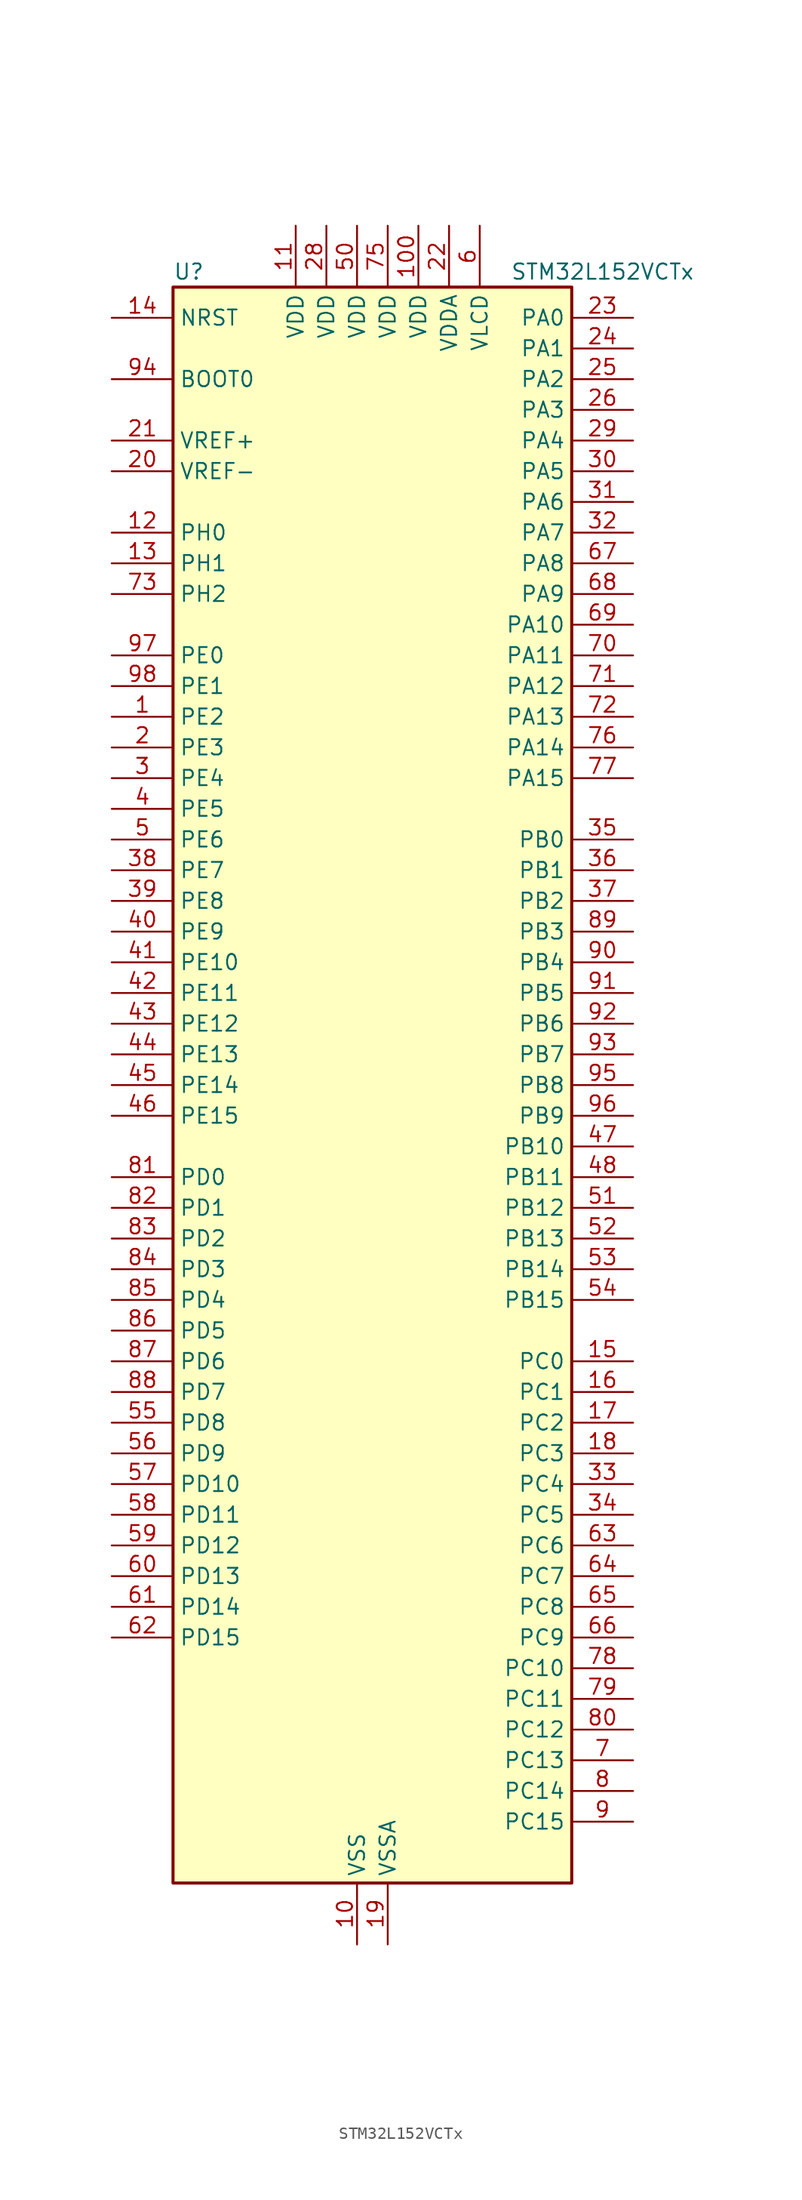
<source format=kicad_sym>
(kicad_symbol_lib
  (version 20220914)
  (generator kicad_symbol_editor)
  (symbol "STM32L152VCTx"
    (property "Reference" "U"
      (at -15.24 67.31 0)
      (effects (font (size 1.27 1.27)) (justify left)))
    (property "Value" "STM32L152VCTx"
      (at 12.7 67.31 0)
      (effects (font (size 1.27 1.27)) (justify left)))
    (property "ki_locked" ""
      (at 0 0 0)
      (effects (font (size 1.27 1.27))))
    (symbol "STM32L152VCTx_0_1"
      (rectangle (start -15.24 -66.04) (end 17.78 66.04) (stroke (width 0.254) (type default)) (fill (type background))))
    (symbol "STM32L152VCTx_1_1"
      (pin bidirectional line (at -20.32 30.48 0) (length 5.08) (name "PE2" (effects (font (size 1.27 1.27)))) (number "1" (effects (font (size 1.27 1.27)))) (alternate "LCD_SEG38" bidirectional line) (alternate "SYS_TRACECK" bidirectional line) (alternate "TIM3_ETR" bidirectional line) (alternate "TIMX_IC3" bidirectional line))
      (pin power_in line (at 0 -71.12 90) (length 5.08) (name "VSS" (effects (font (size 1.27 1.27)))) (number "10" (effects (font (size 1.27 1.27)))))
      (pin power_in line (at 5.08 71.12 270) (length 5.08) (name "VDD" (effects (font (size 1.27 1.27)))) (number "100" (effects (font (size 1.27 1.27)))))
      (pin power_in line (at -5.08 71.12 270) (length 5.08) (name "VDD" (effects (font (size 1.27 1.27)))) (number "11" (effects (font (size 1.27 1.27)))))
      (pin bidirectional line (at -20.32 45.72 0) (length 5.08) (name "PH0" (effects (font (size 1.27 1.27)))) (number "12" (effects (font (size 1.27 1.27)))) (alternate "RCC_OSC_IN" bidirectional line))
      (pin bidirectional line (at -20.32 43.18 0) (length 5.08) (name "PH1" (effects (font (size 1.27 1.27)))) (number "13" (effects (font (size 1.27 1.27)))) (alternate "RCC_OSC_OUT" bidirectional line))
      (pin input line (at -20.32 63.5 0) (length 5.08) (name "NRST" (effects (font (size 1.27 1.27)))) (number "14" (effects (font (size 1.27 1.27)))))
      (pin bidirectional line (at 22.86 -22.86 180) (length 5.08) (name "PC0" (effects (font (size 1.27 1.27)))) (number "15" (effects (font (size 1.27 1.27)))) (alternate "ADC_IN10" bidirectional line) (alternate "COMP1_INP" bidirectional line) (alternate "LCD_SEG18" bidirectional line) (alternate "TIMX_IC1" bidirectional line) (alternate "TS_G8_IO1" bidirectional line))
      (pin bidirectional line (at 22.86 -25.4 180) (length 5.08) (name "PC1" (effects (font (size 1.27 1.27)))) (number "16" (effects (font (size 1.27 1.27)))) (alternate "ADC_IN11" bidirectional line) (alternate "COMP1_INP" bidirectional line) (alternate "LCD_SEG19" bidirectional line) (alternate "TIMX_IC2" bidirectional line) (alternate "TS_G8_IO2" bidirectional line))
      (pin bidirectional line (at 22.86 -27.94 180) (length 5.08) (name "PC2" (effects (font (size 1.27 1.27)))) (number "17" (effects (font (size 1.27 1.27)))) (alternate "ADC_IN12" bidirectional line) (alternate "COMP1_INP" bidirectional line) (alternate "LCD_SEG20" bidirectional line) (alternate "TIMX_IC3" bidirectional line) (alternate "TS_G8_IO3" bidirectional line))
      (pin bidirectional line (at 22.86 -30.48 180) (length 5.08) (name "PC3" (effects (font (size 1.27 1.27)))) (number "18" (effects (font (size 1.27 1.27)))) (alternate "ADC_IN13" bidirectional line) (alternate "COMP1_INP" bidirectional line) (alternate "LCD_SEG21" bidirectional line) (alternate "TIMX_IC4" bidirectional line) (alternate "TS_G8_IO4" bidirectional line))
      (pin power_in line (at 2.54 -71.12 90) (length 5.08) (name "VSSA" (effects (font (size 1.27 1.27)))) (number "19" (effects (font (size 1.27 1.27)))))
      (pin bidirectional line (at -20.32 27.94 0) (length 5.08) (name "PE3" (effects (font (size 1.27 1.27)))) (number "2" (effects (font (size 1.27 1.27)))) (alternate "LCD_SEG39" bidirectional line) (alternate "SYS_TRACED0" bidirectional line) (alternate "TIM3_CH1" bidirectional line) (alternate "TIMX_IC4" bidirectional line))
      (pin input line (at -20.32 50.8 0) (length 5.08) (name "VREF-" (effects (font (size 1.27 1.27)))) (number "20" (effects (font (size 1.27 1.27)))))
      (pin input line (at -20.32 53.34 0) (length 5.08) (name "VREF+" (effects (font (size 1.27 1.27)))) (number "21" (effects (font (size 1.27 1.27)))))
      (pin power_in line (at 7.62 71.12 270) (length 5.08) (name "VDDA" (effects (font (size 1.27 1.27)))) (number "22" (effects (font (size 1.27 1.27)))))
      (pin bidirectional line (at 22.86 63.5 180) (length 5.08) (name "PA0" (effects (font (size 1.27 1.27)))) (number "23" (effects (font (size 1.27 1.27)))) (alternate "ADC_IN0" bidirectional line) (alternate "COMP1_INP" bidirectional line) (alternate "RTC_TAMP2" bidirectional line) (alternate "SYS_WKUP1" bidirectional line) (alternate "TIM2_CH1" bidirectional line) (alternate "TIM2_ETR" bidirectional line) (alternate "TIM5_CH1" bidirectional line) (alternate "TIMX_IC1" bidirectional line) (alternate "TS_G1_IO1" bidirectional line) (alternate "USART2_CTS" bidirectional line))
      (pin bidirectional line (at 22.86 60.96 180) (length 5.08) (name "PA1" (effects (font (size 1.27 1.27)))) (number "24" (effects (font (size 1.27 1.27)))) (alternate "ADC_IN1" bidirectional line) (alternate "COMP1_INP" bidirectional line) (alternate "LCD_SEG0" bidirectional line) (alternate "OPAMP1_VINP" bidirectional line) (alternate "TIM2_CH2" bidirectional line) (alternate "TIM5_CH2" bidirectional line) (alternate "TIMX_IC2" bidirectional line) (alternate "TS_G1_IO2" bidirectional line) (alternate "USART2_RTS" bidirectional line))
      (pin bidirectional line (at 22.86 58.42 180) (length 5.08) (name "PA2" (effects (font (size 1.27 1.27)))) (number "25" (effects (font (size 1.27 1.27)))) (alternate "ADC_IN2" bidirectional line) (alternate "COMP1_INP" bidirectional line) (alternate "LCD_SEG1" bidirectional line) (alternate "OPAMP1_VINM" bidirectional line) (alternate "TIM2_CH3" bidirectional line) (alternate "TIM5_CH3" bidirectional line) (alternate "TIM9_CH1" bidirectional line) (alternate "TIMX_IC3" bidirectional line) (alternate "TS_G1_IO3" bidirectional line) (alternate "USART2_TX" bidirectional line))
      (pin bidirectional line (at 22.86 55.88 180) (length 5.08) (name "PA3" (effects (font (size 1.27 1.27)))) (number "26" (effects (font (size 1.27 1.27)))) (alternate "ADC_IN3" bidirectional line) (alternate "COMP1_INP" bidirectional line) (alternate "LCD_SEG2" bidirectional line) (alternate "OPAMP1_VOUT" bidirectional line) (alternate "TIM2_CH4" bidirectional line) (alternate "TIM5_CH4" bidirectional line) (alternate "TIM9_CH2" bidirectional line) (alternate "TIMX_IC4" bidirectional line) (alternate "TS_G1_IO4" bidirectional line) (alternate "USART2_RX" bidirectional line))
      (pin passive line (at 0 -71.12 90) (length 5.08) hide (name "VSS" (effects (font (size 1.27 1.27)))) (number "27" (effects (font (size 1.27 1.27)))))
      (pin power_in line (at -2.54 71.12 270) (length 5.08) (name "VDD" (effects (font (size 1.27 1.27)))) (number "28" (effects (font (size 1.27 1.27)))))
      (pin bidirectional line (at 22.86 53.34 180) (length 5.08) (name "PA4" (effects (font (size 1.27 1.27)))) (number "29" (effects (font (size 1.27 1.27)))) (alternate "ADC_IN4" bidirectional line) (alternate "COMP1_INP" bidirectional line) (alternate "DAC_OUT1" bidirectional line) (alternate "I2S3_WS" bidirectional line) (alternate "SPI1_NSS" bidirectional line) (alternate "SPI3_NSS" bidirectional line) (alternate "TIMX_IC1" bidirectional line) (alternate "USART2_CK" bidirectional line))
      (pin bidirectional line (at -20.32 25.4 0) (length 5.08) (name "PE4" (effects (font (size 1.27 1.27)))) (number "3" (effects (font (size 1.27 1.27)))) (alternate "SYS_TRACED1" bidirectional line) (alternate "TIM3_CH2" bidirectional line) (alternate "TIMX_IC1" bidirectional line))
      (pin bidirectional line (at 22.86 50.8 180) (length 5.08) (name "PA5" (effects (font (size 1.27 1.27)))) (number "30" (effects (font (size 1.27 1.27)))) (alternate "ADC_IN5" bidirectional line) (alternate "COMP1_INP" bidirectional line) (alternate "DAC_OUT2" bidirectional line) (alternate "SPI1_SCK" bidirectional line) (alternate "TIM2_CH1" bidirectional line) (alternate "TIM2_ETR" bidirectional line) (alternate "TIMX_IC2" bidirectional line))
      (pin bidirectional line (at 22.86 48.26 180) (length 5.08) (name "PA6" (effects (font (size 1.27 1.27)))) (number "31" (effects (font (size 1.27 1.27)))) (alternate "ADC_IN6" bidirectional line) (alternate "COMP1_INP" bidirectional line) (alternate "LCD_SEG3" bidirectional line) (alternate "OPAMP2_VINP" bidirectional line) (alternate "SPI1_MISO" bidirectional line) (alternate "TIM10_CH1" bidirectional line) (alternate "TIM3_CH1" bidirectional line) (alternate "TIMX_IC3" bidirectional line) (alternate "TS_G2_IO1" bidirectional line))
      (pin bidirectional line (at 22.86 45.72 180) (length 5.08) (name "PA7" (effects (font (size 1.27 1.27)))) (number "32" (effects (font (size 1.27 1.27)))) (alternate "ADC_IN7" bidirectional line) (alternate "COMP1_INP" bidirectional line) (alternate "LCD_SEG4" bidirectional line) (alternate "OPAMP2_VINM" bidirectional line) (alternate "SPI1_MOSI" bidirectional line) (alternate "TIM11_CH1" bidirectional line) (alternate "TIM3_CH2" bidirectional line) (alternate "TIMX_IC4" bidirectional line) (alternate "TS_G2_IO2" bidirectional line))
      (pin bidirectional line (at 22.86 -33.02 180) (length 5.08) (name "PC4" (effects (font (size 1.27 1.27)))) (number "33" (effects (font (size 1.27 1.27)))) (alternate "ADC_IN14" bidirectional line) (alternate "COMP1_INP" bidirectional line) (alternate "LCD_SEG22" bidirectional line) (alternate "TIMX_IC1" bidirectional line) (alternate "TS_G9_IO1" bidirectional line))
      (pin bidirectional line (at 22.86 -35.56 180) (length 5.08) (name "PC5" (effects (font (size 1.27 1.27)))) (number "34" (effects (font (size 1.27 1.27)))) (alternate "ADC_IN15" bidirectional line) (alternate "COMP1_INP" bidirectional line) (alternate "LCD_SEG23" bidirectional line) (alternate "TIMX_IC2" bidirectional line) (alternate "TS_G9_IO2" bidirectional line))
      (pin bidirectional line (at 22.86 20.32 180) (length 5.08) (name "PB0" (effects (font (size 1.27 1.27)))) (number "35" (effects (font (size 1.27 1.27)))) (alternate "ADC_IN8" bidirectional line) (alternate "COMP1_INP" bidirectional line) (alternate "LCD_SEG5" bidirectional line) (alternate "OPAMP2_VOUT" bidirectional line) (alternate "SYS_V_REF_OUT" bidirectional line) (alternate "TIM3_CH3" bidirectional line) (alternate "TS_G3_IO1" bidirectional line))
      (pin bidirectional line (at 22.86 17.78 180) (length 5.08) (name "PB1" (effects (font (size 1.27 1.27)))) (number "36" (effects (font (size 1.27 1.27)))) (alternate "ADC_IN9" bidirectional line) (alternate "COMP1_INP" bidirectional line) (alternate "LCD_SEG6" bidirectional line) (alternate "SYS_V_REF_OUT" bidirectional line) (alternate "TIM3_CH4" bidirectional line) (alternate "TS_G3_IO2" bidirectional line))
      (pin bidirectional line (at 22.86 15.24 180) (length 5.08) (name "PB2" (effects (font (size 1.27 1.27)))) (number "37" (effects (font (size 1.27 1.27)))) (alternate "TS_G3_IO3" bidirectional line))
      (pin bidirectional line (at -20.32 17.78 0) (length 5.08) (name "PE7" (effects (font (size 1.27 1.27)))) (number "38" (effects (font (size 1.27 1.27)))) (alternate "ADC_IN22" bidirectional line) (alternate "COMP1_INP" bidirectional line) (alternate "TIMX_IC4" bidirectional line))
      (pin bidirectional line (at -20.32 15.24 0) (length 5.08) (name "PE8" (effects (font (size 1.27 1.27)))) (number "39" (effects (font (size 1.27 1.27)))) (alternate "ADC_IN23" bidirectional line) (alternate "COMP1_INP" bidirectional line) (alternate "TIMX_IC1" bidirectional line))
      (pin bidirectional line (at -20.32 22.86 0) (length 5.08) (name "PE5" (effects (font (size 1.27 1.27)))) (number "4" (effects (font (size 1.27 1.27)))) (alternate "SYS_TRACED2" bidirectional line) (alternate "TIM9_CH1" bidirectional line) (alternate "TIMX_IC2" bidirectional line))
      (pin bidirectional line (at -20.32 12.7 0) (length 5.08) (name "PE9" (effects (font (size 1.27 1.27)))) (number "40" (effects (font (size 1.27 1.27)))) (alternate "ADC_IN24" bidirectional line) (alternate "COMP1_INP" bidirectional line) (alternate "DAC_EXTI9" bidirectional line) (alternate "TIM2_CH1" bidirectional line) (alternate "TIM2_ETR" bidirectional line) (alternate "TIM5_ETR" bidirectional line) (alternate "TIMX_IC2" bidirectional line))
      (pin bidirectional line (at -20.32 10.16 0) (length 5.08) (name "PE10" (effects (font (size 1.27 1.27)))) (number "41" (effects (font (size 1.27 1.27)))) (alternate "ADC_IN25" bidirectional line) (alternate "COMP1_INP" bidirectional line) (alternate "TIM2_CH2" bidirectional line) (alternate "TIMX_IC3" bidirectional line))
      (pin bidirectional line (at -20.32 7.62 0) (length 5.08) (name "PE11" (effects (font (size 1.27 1.27)))) (number "42" (effects (font (size 1.27 1.27)))) (alternate "ADC_EXTI11" bidirectional line) (alternate "TIM2_CH3" bidirectional line) (alternate "TIMX_IC4" bidirectional line))
      (pin bidirectional line (at -20.32 5.08 0) (length 5.08) (name "PE12" (effects (font (size 1.27 1.27)))) (number "43" (effects (font (size 1.27 1.27)))) (alternate "SPI1_NSS" bidirectional line) (alternate "TIM2_CH4" bidirectional line) (alternate "TIMX_IC1" bidirectional line))
      (pin bidirectional line (at -20.32 2.54 0) (length 5.08) (name "PE13" (effects (font (size 1.27 1.27)))) (number "44" (effects (font (size 1.27 1.27)))) (alternate "SPI1_SCK" bidirectional line) (alternate "TIMX_IC2" bidirectional line))
      (pin bidirectional line (at -20.32 0 0) (length 5.08) (name "PE14" (effects (font (size 1.27 1.27)))) (number "45" (effects (font (size 1.27 1.27)))) (alternate "SPI1_MISO" bidirectional line) (alternate "TIMX_IC3" bidirectional line))
      (pin bidirectional line (at -20.32 -2.54 0) (length 5.08) (name "PE15" (effects (font (size 1.27 1.27)))) (number "46" (effects (font (size 1.27 1.27)))) (alternate "ADC_EXTI15" bidirectional line) (alternate "SPI1_MOSI" bidirectional line) (alternate "TIMX_IC4" bidirectional line))
      (pin bidirectional line (at 22.86 -5.08 180) (length 5.08) (name "PB10" (effects (font (size 1.27 1.27)))) (number "47" (effects (font (size 1.27 1.27)))) (alternate "I2C2_SCL" bidirectional line) (alternate "LCD_SEG10" bidirectional line) (alternate "TIM2_CH3" bidirectional line) (alternate "USART3_TX" bidirectional line))
      (pin bidirectional line (at 22.86 -7.62 180) (length 5.08) (name "PB11" (effects (font (size 1.27 1.27)))) (number "48" (effects (font (size 1.27 1.27)))) (alternate "ADC_EXTI11" bidirectional line) (alternate "I2C2_SDA" bidirectional line) (alternate "LCD_SEG11" bidirectional line) (alternate "TIM2_CH4" bidirectional line) (alternate "USART3_RX" bidirectional line))
      (pin passive line (at 0 -71.12 90) (length 5.08) hide (name "VSS" (effects (font (size 1.27 1.27)))) (number "49" (effects (font (size 1.27 1.27)))))
      (pin bidirectional line (at -20.32 20.32 0) (length 5.08) (name "PE6" (effects (font (size 1.27 1.27)))) (number "5" (effects (font (size 1.27 1.27)))) (alternate "RTC_TAMP3" bidirectional line) (alternate "SYS_TRACED3" bidirectional line) (alternate "SYS_WKUP3" bidirectional line) (alternate "TIM9_CH2" bidirectional line) (alternate "TIMX_IC3" bidirectional line))
      (pin power_in line (at 0 71.12 270) (length 5.08) (name "VDD" (effects (font (size 1.27 1.27)))) (number "50" (effects (font (size 1.27 1.27)))))
      (pin bidirectional line (at 22.86 -10.16 180) (length 5.08) (name "PB12" (effects (font (size 1.27 1.27)))) (number "51" (effects (font (size 1.27 1.27)))) (alternate "ADC_IN18" bidirectional line) (alternate "COMP1_INP" bidirectional line) (alternate "I2C2_SMBA" bidirectional line) (alternate "I2S2_WS" bidirectional line) (alternate "LCD_SEG12" bidirectional line) (alternate "SPI2_NSS" bidirectional line) (alternate "TIM10_CH1" bidirectional line) (alternate "TS_G7_IO1" bidirectional line) (alternate "USART3_CK" bidirectional line))
      (pin bidirectional line (at 22.86 -12.7 180) (length 5.08) (name "PB13" (effects (font (size 1.27 1.27)))) (number "52" (effects (font (size 1.27 1.27)))) (alternate "ADC_IN19" bidirectional line) (alternate "COMP1_INP" bidirectional line) (alternate "I2S2_CK" bidirectional line) (alternate "LCD_SEG13" bidirectional line) (alternate "SPI2_SCK" bidirectional line) (alternate "TIM9_CH1" bidirectional line) (alternate "TS_G7_IO2" bidirectional line) (alternate "USART3_CTS" bidirectional line))
      (pin bidirectional line (at 22.86 -15.24 180) (length 5.08) (name "PB14" (effects (font (size 1.27 1.27)))) (number "53" (effects (font (size 1.27 1.27)))) (alternate "ADC_IN20" bidirectional line) (alternate "COMP1_INP" bidirectional line) (alternate "LCD_SEG14" bidirectional line) (alternate "SPI2_MISO" bidirectional line) (alternate "TIM9_CH2" bidirectional line) (alternate "TS_G7_IO3" bidirectional line) (alternate "USART3_RTS" bidirectional line))
      (pin bidirectional line (at 22.86 -17.78 180) (length 5.08) (name "PB15" (effects (font (size 1.27 1.27)))) (number "54" (effects (font (size 1.27 1.27)))) (alternate "ADC_EXTI15" bidirectional line) (alternate "ADC_IN21" bidirectional line) (alternate "COMP1_INP" bidirectional line) (alternate "I2S2_SD" bidirectional line) (alternate "LCD_SEG15" bidirectional line) (alternate "RTC_REFIN" bidirectional line) (alternate "SPI2_MOSI" bidirectional line) (alternate "TIM11_CH1" bidirectional line) (alternate "TS_G7_IO4" bidirectional line))
      (pin bidirectional line (at -20.32 -27.94 0) (length 5.08) (name "PD8" (effects (font (size 1.27 1.27)))) (number "55" (effects (font (size 1.27 1.27)))) (alternate "LCD_SEG28" bidirectional line) (alternate "TIMX_IC1" bidirectional line) (alternate "USART3_TX" bidirectional line))
      (pin bidirectional line (at -20.32 -30.48 0) (length 5.08) (name "PD9" (effects (font (size 1.27 1.27)))) (number "56" (effects (font (size 1.27 1.27)))) (alternate "DAC_EXTI9" bidirectional line) (alternate "LCD_SEG29" bidirectional line) (alternate "TIMX_IC2" bidirectional line) (alternate "USART3_RX" bidirectional line))
      (pin bidirectional line (at -20.32 -33.02 0) (length 5.08) (name "PD10" (effects (font (size 1.27 1.27)))) (number "57" (effects (font (size 1.27 1.27)))) (alternate "LCD_SEG30" bidirectional line) (alternate "TIMX_IC3" bidirectional line) (alternate "USART3_CK" bidirectional line))
      (pin bidirectional line (at -20.32 -35.56 0) (length 5.08) (name "PD11" (effects (font (size 1.27 1.27)))) (number "58" (effects (font (size 1.27 1.27)))) (alternate "ADC_EXTI11" bidirectional line) (alternate "LCD_SEG31" bidirectional line) (alternate "TIMX_IC4" bidirectional line) (alternate "USART3_CTS" bidirectional line))
      (pin bidirectional line (at -20.32 -38.1 0) (length 5.08) (name "PD12" (effects (font (size 1.27 1.27)))) (number "59" (effects (font (size 1.27 1.27)))) (alternate "LCD_SEG32" bidirectional line) (alternate "TIM4_CH1" bidirectional line) (alternate "TIMX_IC1" bidirectional line) (alternate "USART3_RTS" bidirectional line))
      (pin power_in line (at 10.16 71.12 270) (length 5.08) (name "VLCD" (effects (font (size 1.27 1.27)))) (number "6" (effects (font (size 1.27 1.27)))))
      (pin bidirectional line (at -20.32 -40.64 0) (length 5.08) (name "PD13" (effects (font (size 1.27 1.27)))) (number "60" (effects (font (size 1.27 1.27)))) (alternate "LCD_SEG33" bidirectional line) (alternate "TIM4_CH2" bidirectional line) (alternate "TIMX_IC2" bidirectional line))
      (pin bidirectional line (at -20.32 -43.18 0) (length 5.08) (name "PD14" (effects (font (size 1.27 1.27)))) (number "61" (effects (font (size 1.27 1.27)))) (alternate "LCD_SEG34" bidirectional line) (alternate "TIM4_CH3" bidirectional line) (alternate "TIMX_IC3" bidirectional line))
      (pin bidirectional line (at -20.32 -45.72 0) (length 5.08) (name "PD15" (effects (font (size 1.27 1.27)))) (number "62" (effects (font (size 1.27 1.27)))) (alternate "ADC_EXTI15" bidirectional line) (alternate "LCD_SEG35" bidirectional line) (alternate "TIM4_CH4" bidirectional line) (alternate "TIMX_IC4" bidirectional line))
      (pin bidirectional line (at 22.86 -38.1 180) (length 5.08) (name "PC6" (effects (font (size 1.27 1.27)))) (number "63" (effects (font (size 1.27 1.27)))) (alternate "I2S2_MCK" bidirectional line) (alternate "LCD_SEG24" bidirectional line) (alternate "TIM3_CH1" bidirectional line) (alternate "TIMX_IC3" bidirectional line) (alternate "TS_G10_IO1" bidirectional line))
      (pin bidirectional line (at 22.86 -40.64 180) (length 5.08) (name "PC7" (effects (font (size 1.27 1.27)))) (number "64" (effects (font (size 1.27 1.27)))) (alternate "I2S3_MCK" bidirectional line) (alternate "LCD_SEG25" bidirectional line) (alternate "TIM3_CH2" bidirectional line) (alternate "TIMX_IC4" bidirectional line) (alternate "TS_G10_IO2" bidirectional line))
      (pin bidirectional line (at 22.86 -43.18 180) (length 5.08) (name "PC8" (effects (font (size 1.27 1.27)))) (number "65" (effects (font (size 1.27 1.27)))) (alternate "LCD_SEG26" bidirectional line) (alternate "TIM3_CH3" bidirectional line) (alternate "TIMX_IC1" bidirectional line) (alternate "TS_G10_IO3" bidirectional line))
      (pin bidirectional line (at 22.86 -45.72 180) (length 5.08) (name "PC9" (effects (font (size 1.27 1.27)))) (number "66" (effects (font (size 1.27 1.27)))) (alternate "DAC_EXTI9" bidirectional line) (alternate "LCD_SEG27" bidirectional line) (alternate "TIM3_CH4" bidirectional line) (alternate "TIMX_IC2" bidirectional line) (alternate "TS_G10_IO4" bidirectional line))
      (pin bidirectional line (at 22.86 43.18 180) (length 5.08) (name "PA8" (effects (font (size 1.27 1.27)))) (number "67" (effects (font (size 1.27 1.27)))) (alternate "LCD_COM0" bidirectional line) (alternate "RCC_MCO" bidirectional line) (alternate "TIMX_IC1" bidirectional line) (alternate "TS_G4_IO1" bidirectional line) (alternate "USART1_CK" bidirectional line))
      (pin bidirectional line (at 22.86 40.64 180) (length 5.08) (name "PA9" (effects (font (size 1.27 1.27)))) (number "68" (effects (font (size 1.27 1.27)))) (alternate "DAC_EXTI9" bidirectional line) (alternate "LCD_COM1" bidirectional line) (alternate "TIMX_IC2" bidirectional line) (alternate "TS_G4_IO2" bidirectional line) (alternate "USART1_TX" bidirectional line))
      (pin bidirectional line (at 22.86 38.1 180) (length 5.08) (name "PA10" (effects (font (size 1.27 1.27)))) (number "69" (effects (font (size 1.27 1.27)))) (alternate "LCD_COM2" bidirectional line) (alternate "TIMX_IC3" bidirectional line) (alternate "TS_G4_IO3" bidirectional line) (alternate "USART1_RX" bidirectional line))
      (pin bidirectional line (at 22.86 -55.88 180) (length 5.08) (name "PC13" (effects (font (size 1.27 1.27)))) (number "7" (effects (font (size 1.27 1.27)))) (alternate "RTC_OUT_ALARM" bidirectional line) (alternate "RTC_OUT_CALIB" bidirectional line) (alternate "RTC_TAMP1" bidirectional line) (alternate "RTC_TS" bidirectional line) (alternate "SYS_WKUP2" bidirectional line) (alternate "TIMX_IC2" bidirectional line))
      (pin bidirectional line (at 22.86 35.56 180) (length 5.08) (name "PA11" (effects (font (size 1.27 1.27)))) (number "70" (effects (font (size 1.27 1.27)))) (alternate "ADC_EXTI11" bidirectional line) (alternate "SPI1_MISO" bidirectional line) (alternate "TIMX_IC4" bidirectional line) (alternate "USART1_CTS" bidirectional line) (alternate "USB_DM" bidirectional line))
      (pin bidirectional line (at 22.86 33.02 180) (length 5.08) (name "PA12" (effects (font (size 1.27 1.27)))) (number "71" (effects (font (size 1.27 1.27)))) (alternate "SPI1_MOSI" bidirectional line) (alternate "TIMX_IC1" bidirectional line) (alternate "USART1_RTS" bidirectional line) (alternate "USB_DP" bidirectional line))
      (pin bidirectional line (at 22.86 30.48 180) (length 5.08) (name "PA13" (effects (font (size 1.27 1.27)))) (number "72" (effects (font (size 1.27 1.27)))) (alternate "SYS_JTMS-SWDIO" bidirectional line) (alternate "TIMX_IC2" bidirectional line) (alternate "TS_G5_IO1" bidirectional line))
      (pin bidirectional line (at -20.32 40.64 0) (length 5.08) (name "PH2" (effects (font (size 1.27 1.27)))) (number "73" (effects (font (size 1.27 1.27)))))
      (pin passive line (at 0 -71.12 90) (length 5.08) hide (name "VSS" (effects (font (size 1.27 1.27)))) (number "74" (effects (font (size 1.27 1.27)))))
      (pin power_in line (at 2.54 71.12 270) (length 5.08) (name "VDD" (effects (font (size 1.27 1.27)))) (number "75" (effects (font (size 1.27 1.27)))))
      (pin bidirectional line (at 22.86 27.94 180) (length 5.08) (name "PA14" (effects (font (size 1.27 1.27)))) (number "76" (effects (font (size 1.27 1.27)))) (alternate "SYS_JTCK-SWCLK" bidirectional line) (alternate "TIMX_IC3" bidirectional line) (alternate "TS_G5_IO2" bidirectional line))
      (pin bidirectional line (at 22.86 25.4 180) (length 5.08) (name "PA15" (effects (font (size 1.27 1.27)))) (number "77" (effects (font (size 1.27 1.27)))) (alternate "ADC_EXTI15" bidirectional line) (alternate "I2S3_WS" bidirectional line) (alternate "LCD_SEG17" bidirectional line) (alternate "SPI1_NSS" bidirectional line) (alternate "SPI3_NSS" bidirectional line) (alternate "SYS_JTDI" bidirectional line) (alternate "TIM2_CH1" bidirectional line) (alternate "TIM2_ETR" bidirectional line) (alternate "TIMX_IC4" bidirectional line) (alternate "TS_G5_IO3" bidirectional line))
      (pin bidirectional line (at 22.86 -48.26 180) (length 5.08) (name "PC10" (effects (font (size 1.27 1.27)))) (number "78" (effects (font (size 1.27 1.27)))) (alternate "I2S3_CK" bidirectional line) (alternate "LCD_COM4" bidirectional line) (alternate "LCD_SEG28" bidirectional line) (alternate "LCD_SEG40" bidirectional line) (alternate "SPI3_SCK" bidirectional line) (alternate "TIMX_IC3" bidirectional line) (alternate "USART3_TX" bidirectional line))
      (pin bidirectional line (at 22.86 -50.8 180) (length 5.08) (name "PC11" (effects (font (size 1.27 1.27)))) (number "79" (effects (font (size 1.27 1.27)))) (alternate "ADC_EXTI11" bidirectional line) (alternate "LCD_COM5" bidirectional line) (alternate "LCD_SEG29" bidirectional line) (alternate "LCD_SEG41" bidirectional line) (alternate "SPI3_MISO" bidirectional line) (alternate "TIMX_IC4" bidirectional line) (alternate "USART3_RX" bidirectional line))
      (pin bidirectional line (at 22.86 -58.42 180) (length 5.08) (name "PC14" (effects (font (size 1.27 1.27)))) (number "8" (effects (font (size 1.27 1.27)))) (alternate "RCC_OSC32_IN" bidirectional line) (alternate "TIMX_IC3" bidirectional line))
      (pin bidirectional line (at 22.86 -53.34 180) (length 5.08) (name "PC12" (effects (font (size 1.27 1.27)))) (number "80" (effects (font (size 1.27 1.27)))) (alternate "I2S3_SD" bidirectional line) (alternate "LCD_COM6" bidirectional line) (alternate "LCD_SEG30" bidirectional line) (alternate "LCD_SEG42" bidirectional line) (alternate "SPI3_MOSI" bidirectional line) (alternate "TIMX_IC1" bidirectional line) (alternate "USART3_CK" bidirectional line))
      (pin bidirectional line (at -20.32 -7.62 0) (length 5.08) (name "PD0" (effects (font (size 1.27 1.27)))) (number "81" (effects (font (size 1.27 1.27)))) (alternate "I2S2_WS" bidirectional line) (alternate "SPI2_NSS" bidirectional line) (alternate "TIM9_CH1" bidirectional line) (alternate "TIMX_IC1" bidirectional line))
      (pin bidirectional line (at -20.32 -10.16 0) (length 5.08) (name "PD1" (effects (font (size 1.27 1.27)))) (number "82" (effects (font (size 1.27 1.27)))) (alternate "I2S2_CK" bidirectional line) (alternate "SPI2_SCK" bidirectional line) (alternate "TIMX_IC2" bidirectional line))
      (pin bidirectional line (at -20.32 -12.7 0) (length 5.08) (name "PD2" (effects (font (size 1.27 1.27)))) (number "83" (effects (font (size 1.27 1.27)))) (alternate "LCD_COM7" bidirectional line) (alternate "LCD_SEG31" bidirectional line) (alternate "LCD_SEG43" bidirectional line) (alternate "TIM3_ETR" bidirectional line) (alternate "TIMX_IC3" bidirectional line))
      (pin bidirectional line (at -20.32 -15.24 0) (length 5.08) (name "PD3" (effects (font (size 1.27 1.27)))) (number "84" (effects (font (size 1.27 1.27)))) (alternate "SPI2_MISO" bidirectional line) (alternate "TIMX_IC4" bidirectional line) (alternate "USART2_CTS" bidirectional line))
      (pin bidirectional line (at -20.32 -17.78 0) (length 5.08) (name "PD4" (effects (font (size 1.27 1.27)))) (number "85" (effects (font (size 1.27 1.27)))) (alternate "I2S2_SD" bidirectional line) (alternate "SPI2_MOSI" bidirectional line) (alternate "TIMX_IC1" bidirectional line) (alternate "USART2_RTS" bidirectional line))
      (pin bidirectional line (at -20.32 -20.32 0) (length 5.08) (name "PD5" (effects (font (size 1.27 1.27)))) (number "86" (effects (font (size 1.27 1.27)))) (alternate "TIMX_IC2" bidirectional line) (alternate "USART2_TX" bidirectional line))
      (pin bidirectional line (at -20.32 -22.86 0) (length 5.08) (name "PD6" (effects (font (size 1.27 1.27)))) (number "87" (effects (font (size 1.27 1.27)))) (alternate "TIMX_IC3" bidirectional line) (alternate "USART2_RX" bidirectional line))
      (pin bidirectional line (at -20.32 -25.4 0) (length 5.08) (name "PD7" (effects (font (size 1.27 1.27)))) (number "88" (effects (font (size 1.27 1.27)))) (alternate "TIM9_CH2" bidirectional line) (alternate "TIMX_IC4" bidirectional line) (alternate "USART2_CK" bidirectional line))
      (pin bidirectional line (at 22.86 12.7 180) (length 5.08) (name "PB3" (effects (font (size 1.27 1.27)))) (number "89" (effects (font (size 1.27 1.27)))) (alternate "COMP2_INM" bidirectional line) (alternate "I2S3_CK" bidirectional line) (alternate "LCD_SEG7" bidirectional line) (alternate "SPI1_SCK" bidirectional line) (alternate "SPI3_SCK" bidirectional line) (alternate "SYS_JTDO-TRACESWO" bidirectional line) (alternate "TIM2_CH2" bidirectional line))
      (pin bidirectional line (at 22.86 -60.96 180) (length 5.08) (name "PC15" (effects (font (size 1.27 1.27)))) (number "9" (effects (font (size 1.27 1.27)))) (alternate "ADC_EXTI15" bidirectional line) (alternate "RCC_OSC32_OUT" bidirectional line) (alternate "TIMX_IC4" bidirectional line))
      (pin bidirectional line (at 22.86 10.16 180) (length 5.08) (name "PB4" (effects (font (size 1.27 1.27)))) (number "90" (effects (font (size 1.27 1.27)))) (alternate "COMP2_INP" bidirectional line) (alternate "LCD_SEG8" bidirectional line) (alternate "SPI1_MISO" bidirectional line) (alternate "SPI3_MISO" bidirectional line) (alternate "SYS_JTRST" bidirectional line) (alternate "TIM3_CH1" bidirectional line) (alternate "TS_G6_IO1" bidirectional line))
      (pin bidirectional line (at 22.86 7.62 180) (length 5.08) (name "PB5" (effects (font (size 1.27 1.27)))) (number "91" (effects (font (size 1.27 1.27)))) (alternate "COMP2_INP" bidirectional line) (alternate "I2C1_SMBA" bidirectional line) (alternate "I2S3_SD" bidirectional line) (alternate "LCD_SEG9" bidirectional line) (alternate "SPI1_MOSI" bidirectional line) (alternate "SPI3_MOSI" bidirectional line) (alternate "TIM3_CH2" bidirectional line) (alternate "TS_G6_IO2" bidirectional line))
      (pin bidirectional line (at 22.86 5.08 180) (length 5.08) (name "PB6" (effects (font (size 1.27 1.27)))) (number "92" (effects (font (size 1.27 1.27)))) (alternate "COMP2_INP" bidirectional line) (alternate "I2C1_SCL" bidirectional line) (alternate "TIM4_CH1" bidirectional line) (alternate "TS_G6_IO3" bidirectional line) (alternate "USART1_TX" bidirectional line))
      (pin bidirectional line (at 22.86 2.54 180) (length 5.08) (name "PB7" (effects (font (size 1.27 1.27)))) (number "93" (effects (font (size 1.27 1.27)))) (alternate "COMP2_INP" bidirectional line) (alternate "I2C1_SDA" bidirectional line) (alternate "SYS_PVD_IN" bidirectional line) (alternate "TIM4_CH2" bidirectional line) (alternate "TS_G6_IO4" bidirectional line) (alternate "USART1_RX" bidirectional line))
      (pin input line (at -20.32 58.42 0) (length 5.08) (name "BOOT0" (effects (font (size 1.27 1.27)))) (number "94" (effects (font (size 1.27 1.27)))))
      (pin bidirectional line (at 22.86 0 180) (length 5.08) (name "PB8" (effects (font (size 1.27 1.27)))) (number "95" (effects (font (size 1.27 1.27)))) (alternate "I2C1_SCL" bidirectional line) (alternate "LCD_SEG16" bidirectional line) (alternate "TIM10_CH1" bidirectional line) (alternate "TIM4_CH3" bidirectional line))
      (pin bidirectional line (at 22.86 -2.54 180) (length 5.08) (name "PB9" (effects (font (size 1.27 1.27)))) (number "96" (effects (font (size 1.27 1.27)))) (alternate "DAC_EXTI9" bidirectional line) (alternate "I2C1_SDA" bidirectional line) (alternate "LCD_COM3" bidirectional line) (alternate "TIM11_CH1" bidirectional line) (alternate "TIM4_CH4" bidirectional line))
      (pin bidirectional line (at -20.32 35.56 0) (length 5.08) (name "PE0" (effects (font (size 1.27 1.27)))) (number "97" (effects (font (size 1.27 1.27)))) (alternate "LCD_SEG36" bidirectional line) (alternate "TIM10_CH1" bidirectional line) (alternate "TIM4_ETR" bidirectional line) (alternate "TIMX_IC1" bidirectional line))
      (pin bidirectional line (at -20.32 33.02 0) (length 5.08) (name "PE1" (effects (font (size 1.27 1.27)))) (number "98" (effects (font (size 1.27 1.27)))) (alternate "LCD_SEG37" bidirectional line) (alternate "TIM11_CH1" bidirectional line) (alternate "TIMX_IC2" bidirectional line))
      (pin passive line (at 0 -71.12 90) (length 5.08) hide (name "VSS" (effects (font (size 1.27 1.27)))) (number "99" (effects (font (size 1.27 1.27))))))))
</source>
